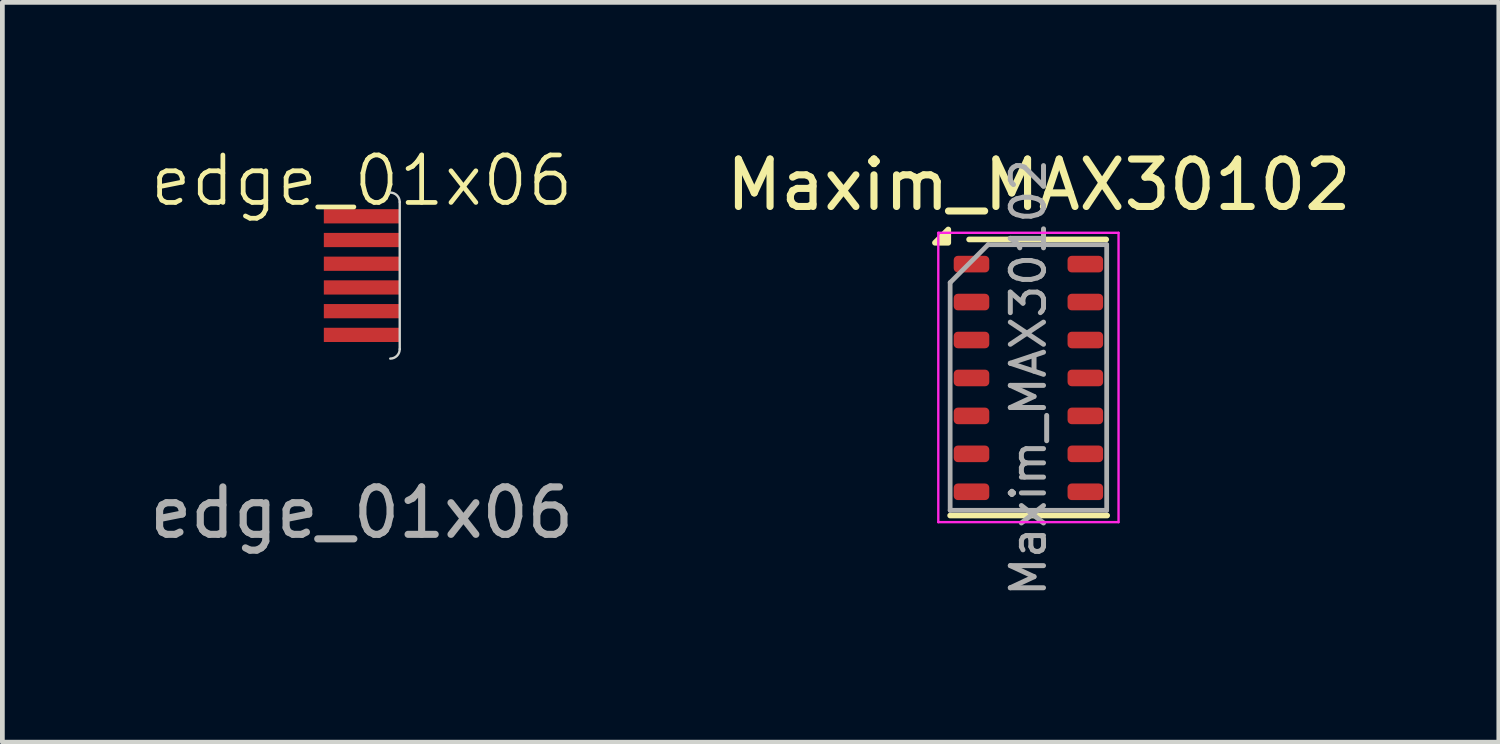
<source format=kicad_pcb>
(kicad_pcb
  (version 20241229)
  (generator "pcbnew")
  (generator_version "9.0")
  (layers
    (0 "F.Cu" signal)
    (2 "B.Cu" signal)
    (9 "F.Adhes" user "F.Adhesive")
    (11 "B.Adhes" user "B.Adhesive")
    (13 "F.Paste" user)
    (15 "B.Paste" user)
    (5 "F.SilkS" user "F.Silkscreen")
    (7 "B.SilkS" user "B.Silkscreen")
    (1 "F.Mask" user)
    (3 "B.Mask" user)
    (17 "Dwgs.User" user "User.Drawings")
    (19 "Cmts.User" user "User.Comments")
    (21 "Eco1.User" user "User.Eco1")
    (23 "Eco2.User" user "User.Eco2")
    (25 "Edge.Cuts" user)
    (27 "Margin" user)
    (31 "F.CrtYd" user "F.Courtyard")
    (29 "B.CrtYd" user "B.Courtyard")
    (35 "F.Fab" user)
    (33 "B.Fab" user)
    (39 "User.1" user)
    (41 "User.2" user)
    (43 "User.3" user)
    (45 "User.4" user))
  (footprint "Maxim_MAX30102"
    (layer "F.Cu")
    (at 18.631 4.918)
    (property "Reference" "Maxim_MAX30102" (at 0.22 -4.07 0) (layer "F.SilkS") (effects (font (size 1 1) (thickness 0.15))))
    (attr smd)
    (fp_line (start -1.25 -2.92) (end 1.64 -2.92) (stroke (width 0.12) (type solid)) (layer "F.SilkS"))
    (fp_line (start 1.66 2.9) (end -1.65 2.9) (stroke (width 0.12) (type solid)) (layer "F.SilkS"))
    (fp_poly (pts (xy -1.69 -2.85) (xy -1.97 -2.85) (xy -1.69 -3.13) (xy -1.69 -2.85)) (stroke (width 0.12) (type solid)) (fill yes) (layer "F.SilkS"))
    (fp_line (start -1.9 -3.06) (end -1.9 3.04) (stroke (width 0.05) (type solid)) (layer "F.CrtYd"))
    (fp_line (start -1.9 -3.06) (end 1.9 -3.06) (stroke (width 0.05) (type solid)) (layer "F.CrtYd"))
    (fp_line (start 1.9 3.04) (end -1.9 3.04) (stroke (width 0.05) (type solid)) (layer "F.CrtYd"))
    (fp_line (start 1.9 3.04) (end 1.9 -3.06) (stroke (width 0.05) (type solid)) (layer "F.CrtYd"))
    (fp_line (start -1.65 -2.01) (end -0.85 -2.81) (stroke (width 0.1) (type solid)) (layer "F.Fab"))
    (fp_line (start -1.65 2.79) (end -1.65 -2.01) (stroke (width 0.1) (type solid)) (layer "F.Fab"))
    (fp_line (start -1.65 2.79) (end 1.65 2.79) (stroke (width 0.1) (type solid)) (layer "F.Fab"))
    (fp_line (start -0.85 -2.81) (end 1.65 -2.81) (stroke (width 0.1) (type solid)) (layer "F.Fab"))
    (fp_line (start 1.65 2.79) (end 1.65 -2.81) (stroke (width 0.1) (type solid)) (layer "F.Fab"))
    (fp_text user "${REFERENCE}" (at 0 -0.01 90) (layer "F.Fab") (effects (font (size 0.7 0.7) (thickness 0.105))))
    (pad "1" smd roundrect (at -1.2 -2.4) (size 0.75 0.35) (layers "F.Cu" "F.Mask" "F.Paste") (roundrect_rratio 0.25))
    (pad "2" smd roundrect (at -1.2 -1.6) (size 0.75 0.35) (layers "F.Cu" "F.Mask" "F.Paste") (roundrect_rratio 0.25))
    (pad "3" smd roundrect (at -1.2 -0.8) (size 0.75 0.35) (layers "F.Cu" "F.Mask" "F.Paste") (roundrect_rratio 0.25))
    (pad "4" smd roundrect (at -1.2 0) (size 0.75 0.35) (layers "F.Cu" "F.Mask" "F.Paste") (roundrect_rratio 0.25))
    (pad "5" smd roundrect (at -1.2 0.8) (size 0.75 0.35) (layers "F.Cu" "F.Mask" "F.Paste") (roundrect_rratio 0.25))
    (pad "6" smd roundrect (at -1.2 1.6) (size 0.75 0.35) (layers "F.Cu" "F.Mask" "F.Paste") (roundrect_rratio 0.25))
    (pad "7" smd roundrect (at -1.2 2.4) (size 0.75 0.35) (layers "F.Cu" "F.Mask" "F.Paste") (roundrect_rratio 0.25))
    (pad "8" smd roundrect (at 1.2 2.4) (size 0.75 0.35) (layers "F.Cu" "F.Mask" "F.Paste") (roundrect_rratio 0.25))
    (pad "9" smd roundrect (at 1.2 1.6) (size 0.75 0.35) (layers "F.Cu" "F.Mask" "F.Paste") (roundrect_rratio 0.25))
    (pad "10" smd roundrect (at 1.2 0.8) (size 0.75 0.35) (layers "F.Cu" "F.Mask" "F.Paste") (roundrect_rratio 0.25))
    (pad "11" smd roundrect (at 1.2 0) (size 0.75 0.35) (layers "F.Cu" "F.Mask" "F.Paste") (roundrect_rratio 0.25))
    (pad "12" smd roundrect (at 1.2 -0.8) (size 0.75 0.35) (layers "F.Cu" "F.Mask" "F.Paste") (roundrect_rratio 0.25))
    (pad "13" smd roundrect (at 1.2 -1.6) (size 0.75 0.35) (layers "F.Cu" "F.Mask" "F.Paste") (roundrect_rratio 0.25))
    (pad "14" smd roundrect (at 1.2 -2.4) (size 0.75 0.35) (layers "F.Cu" "F.Mask" "F.Paste") (roundrect_rratio 0.25)))
  (footprint "edge_01x06"
    (layer "F.Cu")
    (at 4.577 3.01)
    (property "Reference" "edge_01x06" (at 0 -2.25 0) (unlocked yes) (layer "F.SilkS") (effects (font (size 1 1) (thickness 0.1))))
    (attr smd)
    (fp_line (start 0.8 -1.8) (end 0.8 1.3) (stroke (width 0.05) (type default)) (layer "Edge.Cuts"))
    (fp_arc (start 0.6 -2) (mid 0.741421 -1.941421) (end 0.8 -1.8) (stroke (width 0.05) (type default)) (layer "Edge.Cuts"))
    (fp_arc (start 0.8 1.3) (mid 0.741421 1.441421) (end 0.6 1.5) (stroke (width 0.05) (type default)) (layer "Edge.Cuts"))
    (fp_text user "${REFERENCE}" (at 0 4.75 0) (unlocked yes) (layer "F.Fab") (effects (font (size 1 1) (thickness 0.15))))
    (pad "1" smd rect (at 0 -1.5) (size 1.6 0.3) (layers "F.Cu" "F.Mask"))
    (pad "2" smd rect (at 0 -1) (size 1.6 0.3) (layers "F.Cu" "F.Mask"))
    (pad "3" smd rect (at 0 -0.5) (size 1.6 0.3) (layers "F.Cu" "F.Mask"))
    (pad "4" smd rect (at 0 0) (size 1.6 0.3) (layers "F.Cu" "F.Mask"))
    (pad "5" smd rect (at 0 0.5) (size 1.6 0.3) (layers "F.Cu" "F.Mask"))
    (pad "6" smd rect (at 0 1) (size 1.6 0.3) (layers "F.Cu" "F.Mask")))
  (gr_rect
    (start -3 -3)
    (end 28.548 12.596)
    (stroke (width 0.1) (type default))
    (fill no)
    (layer "Edge.Cuts")))
</source>
